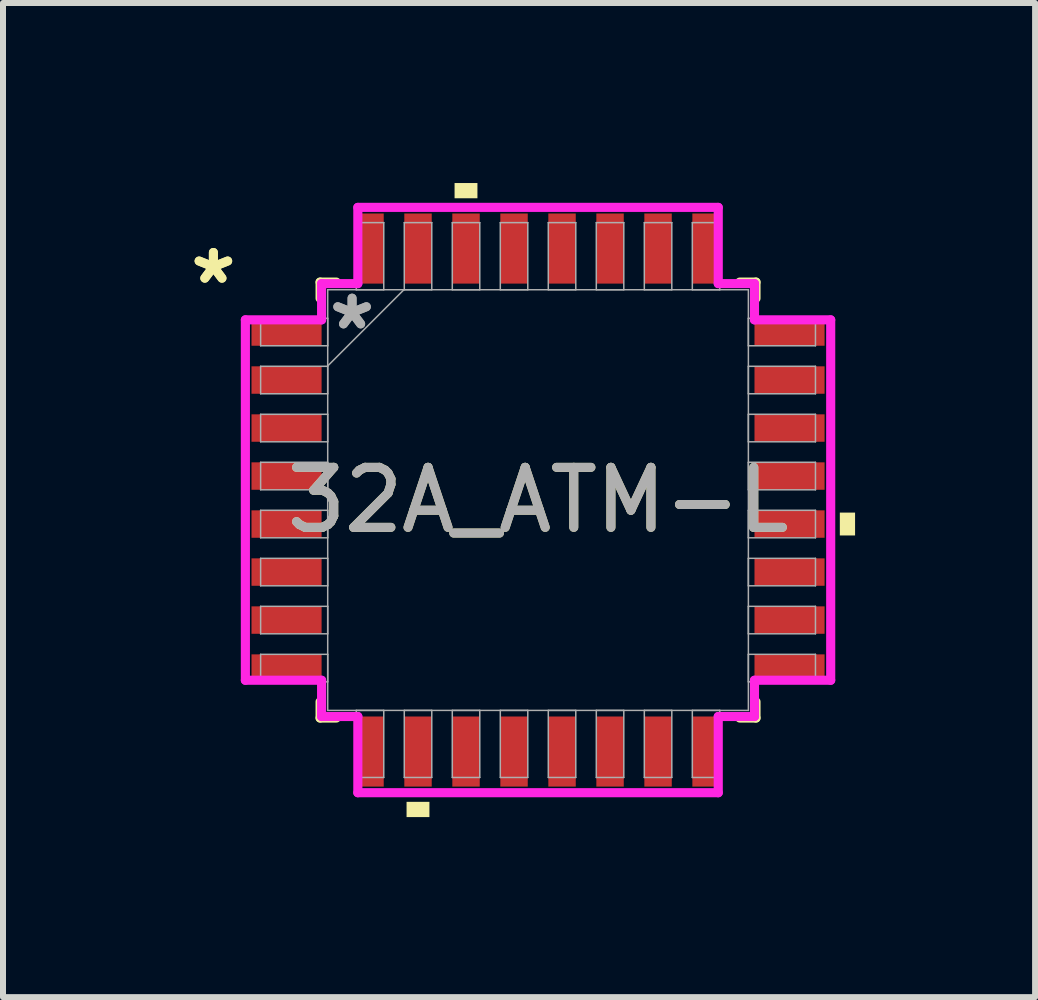
<source format=kicad_pcb>
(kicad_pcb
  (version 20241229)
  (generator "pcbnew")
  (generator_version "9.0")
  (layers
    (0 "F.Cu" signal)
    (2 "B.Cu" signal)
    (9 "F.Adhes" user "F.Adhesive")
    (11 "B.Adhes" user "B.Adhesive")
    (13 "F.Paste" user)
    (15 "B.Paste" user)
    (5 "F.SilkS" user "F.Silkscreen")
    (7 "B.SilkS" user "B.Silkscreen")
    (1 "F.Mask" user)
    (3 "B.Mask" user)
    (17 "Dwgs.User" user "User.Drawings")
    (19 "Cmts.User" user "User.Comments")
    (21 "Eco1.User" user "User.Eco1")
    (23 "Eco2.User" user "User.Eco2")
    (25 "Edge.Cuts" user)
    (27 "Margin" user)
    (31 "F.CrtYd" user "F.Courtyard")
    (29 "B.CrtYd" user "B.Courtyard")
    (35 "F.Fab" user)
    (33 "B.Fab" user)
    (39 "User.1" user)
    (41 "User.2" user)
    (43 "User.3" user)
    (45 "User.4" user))
  (footprint "32A_ATM-L"
    (layer "F.Cu")
    (at 5.916 5.283)
    (property "Reference" "32A_ATM-L" (at 0 0 0) (unlocked yes) (layer "F.SilkS") (effects (font (size 1 1) (thickness 0.15))))
    (attr smd)
    (fp_line (start -3.632 -3.632) (end -3.632 -3.361) (stroke (width 0.152) (type solid)) (layer "F.SilkS"))
    (fp_line (start -3.632 3.361) (end -3.632 3.632) (stroke (width 0.152) (type solid)) (layer "F.SilkS"))
    (fp_line (start -3.632 3.632) (end -3.361 3.632) (stroke (width 0.152) (type solid)) (layer "F.SilkS"))
    (fp_line (start -3.361 -3.632) (end -3.632 -3.632) (stroke (width 0.152) (type solid)) (layer "F.SilkS"))
    (fp_line (start 3.361 3.632) (end 3.632 3.632) (stroke (width 0.152) (type solid)) (layer "F.SilkS"))
    (fp_line (start 3.632 -3.632) (end 3.361 -3.632) (stroke (width 0.152) (type solid)) (layer "F.SilkS"))
    (fp_line (start 3.632 -3.361) (end 3.632 -3.632) (stroke (width 0.152) (type solid)) (layer "F.SilkS"))
    (fp_line (start 3.632 3.632) (end 3.632 3.361) (stroke (width 0.152) (type solid)) (layer "F.SilkS"))
    (fp_poly (pts (xy -2.191 5.029) (xy -2.191 5.283) (xy -1.81 5.283) (xy -1.81 5.029)) (stroke (width 0) (type solid)) (fill yes) (layer "F.SilkS"))
    (fp_poly (pts (xy -1.391 -5.029) (xy -1.391 -5.283) (xy -1.01 -5.283) (xy -1.01 -5.029)) (stroke (width 0) (type solid)) (fill yes) (layer "F.SilkS"))
    (fp_poly (pts (xy 5.283 0.209) (xy 5.283 0.59) (xy 5.029 0.59) (xy 5.029 0.209)) (stroke (width 0) (type solid)) (fill yes) (layer "F.SilkS"))
    (fp_line (start -4.877 -3.003) (end -3.607 -3.003) (stroke (width 0.152) (type solid)) (layer "F.CrtYd"))
    (fp_line (start -4.877 3.003) (end -4.877 -3.003) (stroke (width 0.152) (type solid)) (layer "F.CrtYd"))
    (fp_line (start -4.877 3.003) (end -3.607 3.003) (stroke (width 0.152) (type solid)) (layer "F.CrtYd"))
    (fp_line (start -3.607 -3.607) (end -3.003 -3.607) (stroke (width 0.152) (type solid)) (layer "F.CrtYd"))
    (fp_line (start -3.607 -3.003) (end -3.607 -3.607) (stroke (width 0.152) (type solid)) (layer "F.CrtYd"))
    (fp_line (start -3.607 3.607) (end -3.607 3.003) (stroke (width 0.152) (type solid)) (layer "F.CrtYd"))
    (fp_line (start -3.003 -4.877) (end 3.003 -4.877) (stroke (width 0.152) (type solid)) (layer "F.CrtYd"))
    (fp_line (start -3.003 -3.607) (end -3.003 -4.877) (stroke (width 0.152) (type solid)) (layer "F.CrtYd"))
    (fp_line (start -3.003 3.607) (end -3.607 3.607) (stroke (width 0.152) (type solid)) (layer "F.CrtYd"))
    (fp_line (start -3.003 4.877) (end -3.003 3.607) (stroke (width 0.152) (type solid)) (layer "F.CrtYd"))
    (fp_line (start 3.003 -4.877) (end 3.003 -3.607) (stroke (width 0.152) (type solid)) (layer "F.CrtYd"))
    (fp_line (start 3.003 -3.607) (end 3.607 -3.607) (stroke (width 0.152) (type solid)) (layer "F.CrtYd"))
    (fp_line (start 3.003 3.607) (end 3.003 4.877) (stroke (width 0.152) (type solid)) (layer "F.CrtYd"))
    (fp_line (start 3.003 4.877) (end -3.003 4.877) (stroke (width 0.152) (type solid)) (layer "F.CrtYd"))
    (fp_line (start 3.607 -3.607) (end 3.607 -3.003) (stroke (width 0.152) (type solid)) (layer "F.CrtYd"))
    (fp_line (start 3.607 -3.003) (end 4.877 -3.003) (stroke (width 0.152) (type solid)) (layer "F.CrtYd"))
    (fp_line (start 3.607 3.003) (end 3.607 3.607) (stroke (width 0.152) (type solid)) (layer "F.CrtYd"))
    (fp_line (start 3.607 3.607) (end 3.003 3.607) (stroke (width 0.152) (type solid)) (layer "F.CrtYd"))
    (fp_line (start 4.877 -3.003) (end 4.877 3.003) (stroke (width 0.152) (type solid)) (layer "F.CrtYd"))
    (fp_line (start 4.877 3.003) (end 3.607 3.003) (stroke (width 0.152) (type solid)) (layer "F.CrtYd"))
    (fp_line (start -4.623 -3.029) (end -4.623 -2.571) (stroke (width 0.025) (type solid)) (layer "F.Fab"))
    (fp_line (start -4.623 -2.571) (end -3.505 -2.571) (stroke (width 0.025) (type solid)) (layer "F.Fab"))
    (fp_line (start -4.623 -2.229) (end -4.623 -1.771) (stroke (width 0.025) (type solid)) (layer "F.Fab"))
    (fp_line (start -4.623 -1.771) (end -3.505 -1.771) (stroke (width 0.025) (type solid)) (layer "F.Fab"))
    (fp_line (start -4.623 -1.429) (end -4.623 -0.971) (stroke (width 0.025) (type solid)) (layer "F.Fab"))
    (fp_line (start -4.623 -0.971) (end -3.505 -0.971) (stroke (width 0.025) (type solid)) (layer "F.Fab"))
    (fp_line (start -4.623 -0.629) (end -4.623 -0.171) (stroke (width 0.025) (type solid)) (layer "F.Fab"))
    (fp_line (start -4.623 -0.171) (end -3.505 -0.171) (stroke (width 0.025) (type solid)) (layer "F.Fab"))
    (fp_line (start -4.623 0.171) (end -4.623 0.629) (stroke (width 0.025) (type solid)) (layer "F.Fab"))
    (fp_line (start -4.623 0.629) (end -3.505 0.629) (stroke (width 0.025) (type solid)) (layer "F.Fab"))
    (fp_line (start -4.623 0.971) (end -4.623 1.429) (stroke (width 0.025) (type solid)) (layer "F.Fab"))
    (fp_line (start -4.623 1.429) (end -3.505 1.429) (stroke (width 0.025) (type solid)) (layer "F.Fab"))
    (fp_line (start -4.623 1.771) (end -4.623 2.229) (stroke (width 0.025) (type solid)) (layer "F.Fab"))
    (fp_line (start -4.623 2.229) (end -3.505 2.229) (stroke (width 0.025) (type solid)) (layer "F.Fab"))
    (fp_line (start -4.623 2.571) (end -4.623 3.029) (stroke (width 0.025) (type solid)) (layer "F.Fab"))
    (fp_line (start -4.623 3.029) (end -3.505 3.029) (stroke (width 0.025) (type solid)) (layer "F.Fab"))
    (fp_line (start -3.505 -3.505) (end -3.505 3.505) (stroke (width 0.025) (type solid)) (layer "F.Fab"))
    (fp_line (start -3.505 -3.029) (end -4.623 -3.029) (stroke (width 0.025) (type solid)) (layer "F.Fab"))
    (fp_line (start -3.505 -2.571) (end -3.505 -3.029) (stroke (width 0.025) (type solid)) (layer "F.Fab"))
    (fp_line (start -3.505 -2.235) (end -2.235 -3.505) (stroke (width 0.025) (type solid)) (layer "F.Fab"))
    (fp_line (start -3.505 -2.229) (end -4.623 -2.229) (stroke (width 0.025) (type solid)) (layer "F.Fab"))
    (fp_line (start -3.505 -1.771) (end -3.505 -2.229) (stroke (width 0.025) (type solid)) (layer "F.Fab"))
    (fp_line (start -3.505 -1.429) (end -4.623 -1.429) (stroke (width 0.025) (type solid)) (layer "F.Fab"))
    (fp_line (start -3.505 -0.971) (end -3.505 -1.429) (stroke (width 0.025) (type solid)) (layer "F.Fab"))
    (fp_line (start -3.505 -0.629) (end -4.623 -0.629) (stroke (width 0.025) (type solid)) (layer "F.Fab"))
    (fp_line (start -3.505 -0.171) (end -3.505 -0.629) (stroke (width 0.025) (type solid)) (layer "F.Fab"))
    (fp_line (start -3.505 0.171) (end -4.623 0.171) (stroke (width 0.025) (type solid)) (layer "F.Fab"))
    (fp_line (start -3.505 0.629) (end -3.505 0.171) (stroke (width 0.025) (type solid)) (layer "F.Fab"))
    (fp_line (start -3.505 0.971) (end -4.623 0.971) (stroke (width 0.025) (type solid)) (layer "F.Fab"))
    (fp_line (start -3.505 1.429) (end -3.505 0.971) (stroke (width 0.025) (type solid)) (layer "F.Fab"))
    (fp_line (start -3.505 1.771) (end -4.623 1.771) (stroke (width 0.025) (type solid)) (layer "F.Fab"))
    (fp_line (start -3.505 2.229) (end -3.505 1.771) (stroke (width 0.025) (type solid)) (layer "F.Fab"))
    (fp_line (start -3.505 2.571) (end -4.623 2.571) (stroke (width 0.025) (type solid)) (layer "F.Fab"))
    (fp_line (start -3.505 3.029) (end -3.505 2.571) (stroke (width 0.025) (type solid)) (layer "F.Fab"))
    (fp_line (start -3.505 3.505) (end 3.505 3.505) (stroke (width 0.025) (type solid)) (layer "F.Fab"))
    (fp_line (start -3.029 -4.623) (end -3.029 -3.505) (stroke (width 0.025) (type solid)) (layer "F.Fab"))
    (fp_line (start -3.029 -3.505) (end -2.571 -3.505) (stroke (width 0.025) (type solid)) (layer "F.Fab"))
    (fp_line (start -3.029 3.505) (end -3.029 4.623) (stroke (width 0.025) (type solid)) (layer "F.Fab"))
    (fp_line (start -3.029 4.623) (end -2.571 4.623) (stroke (width 0.025) (type solid)) (layer "F.Fab"))
    (fp_line (start -2.571 -4.623) (end -3.029 -4.623) (stroke (width 0.025) (type solid)) (layer "F.Fab"))
    (fp_line (start -2.571 -3.505) (end -2.571 -4.623) (stroke (width 0.025) (type solid)) (layer "F.Fab"))
    (fp_line (start -2.571 3.505) (end -3.029 3.505) (stroke (width 0.025) (type solid)) (layer "F.Fab"))
    (fp_line (start -2.571 4.623) (end -2.571 3.505) (stroke (width 0.025) (type solid)) (layer "F.Fab"))
    (fp_line (start -2.229 -4.623) (end -2.229 -3.505) (stroke (width 0.025) (type solid)) (layer "F.Fab"))
    (fp_line (start -2.229 -3.505) (end -1.771 -3.505) (stroke (width 0.025) (type solid)) (layer "F.Fab"))
    (fp_line (start -2.229 3.505) (end -2.229 4.623) (stroke (width 0.025) (type solid)) (layer "F.Fab"))
    (fp_line (start -2.229 4.623) (end -1.771 4.623) (stroke (width 0.025) (type solid)) (layer "F.Fab"))
    (fp_line (start -1.771 -4.623) (end -2.229 -4.623) (stroke (width 0.025) (type solid)) (layer "F.Fab"))
    (fp_line (start -1.771 -3.505) (end -1.771 -4.623) (stroke (width 0.025) (type solid)) (layer "F.Fab"))
    (fp_line (start -1.771 3.505) (end -2.229 3.505) (stroke (width 0.025) (type solid)) (layer "F.Fab"))
    (fp_line (start -1.771 4.623) (end -1.771 3.505) (stroke (width 0.025) (type solid)) (layer "F.Fab"))
    (fp_line (start -1.429 -4.623) (end -1.429 -3.505) (stroke (width 0.025) (type solid)) (layer "F.Fab"))
    (fp_line (start -1.429 -3.505) (end -0.971 -3.505) (stroke (width 0.025) (type solid)) (layer "F.Fab"))
    (fp_line (start -1.429 3.505) (end -1.429 4.623) (stroke (width 0.025) (type solid)) (layer "F.Fab"))
    (fp_line (start -1.429 4.623) (end -0.971 4.623) (stroke (width 0.025) (type solid)) (layer "F.Fab"))
    (fp_line (start -0.971 -4.623) (end -1.429 -4.623) (stroke (width 0.025) (type solid)) (layer "F.Fab"))
    (fp_line (start -0.971 -3.505) (end -0.971 -4.623) (stroke (width 0.025) (type solid)) (layer "F.Fab"))
    (fp_line (start -0.971 3.505) (end -1.429 3.505) (stroke (width 0.025) (type solid)) (layer "F.Fab"))
    (fp_line (start -0.971 4.623) (end -0.971 3.505) (stroke (width 0.025) (type solid)) (layer "F.Fab"))
    (fp_line (start -0.629 -4.623) (end -0.629 -3.505) (stroke (width 0.025) (type solid)) (layer "F.Fab"))
    (fp_line (start -0.629 -3.505) (end -0.171 -3.505) (stroke (width 0.025) (type solid)) (layer "F.Fab"))
    (fp_line (start -0.629 3.505) (end -0.629 4.623) (stroke (width 0.025) (type solid)) (layer "F.Fab"))
    (fp_line (start -0.629 4.623) (end -0.171 4.623) (stroke (width 0.025) (type solid)) (layer "F.Fab"))
    (fp_line (start -0.171 -4.623) (end -0.629 -4.623) (stroke (width 0.025) (type solid)) (layer "F.Fab"))
    (fp_line (start -0.171 -3.505) (end -0.171 -4.623) (stroke (width 0.025) (type solid)) (layer "F.Fab"))
    (fp_line (start -0.171 3.505) (end -0.629 3.505) (stroke (width 0.025) (type solid)) (layer "F.Fab"))
    (fp_line (start -0.171 4.623) (end -0.171 3.505) (stroke (width 0.025) (type solid)) (layer "F.Fab"))
    (fp_line (start 0.171 -4.623) (end 0.171 -3.505) (stroke (width 0.025) (type solid)) (layer "F.Fab"))
    (fp_line (start 0.171 -3.505) (end 0.629 -3.505) (stroke (width 0.025) (type solid)) (layer "F.Fab"))
    (fp_line (start 0.171 3.505) (end 0.171 4.623) (stroke (width 0.025) (type solid)) (layer "F.Fab"))
    (fp_line (start 0.171 4.623) (end 0.629 4.623) (stroke (width 0.025) (type solid)) (layer "F.Fab"))
    (fp_line (start 0.629 -4.623) (end 0.171 -4.623) (stroke (width 0.025) (type solid)) (layer "F.Fab"))
    (fp_line (start 0.629 -3.505) (end 0.629 -4.623) (stroke (width 0.025) (type solid)) (layer "F.Fab"))
    (fp_line (start 0.629 3.505) (end 0.171 3.505) (stroke (width 0.025) (type solid)) (layer "F.Fab"))
    (fp_line (start 0.629 4.623) (end 0.629 3.505) (stroke (width 0.025) (type solid)) (layer "F.Fab"))
    (fp_line (start 0.971 -4.623) (end 0.971 -3.505) (stroke (width 0.025) (type solid)) (layer "F.Fab"))
    (fp_line (start 0.971 -3.505) (end 1.429 -3.505) (stroke (width 0.025) (type solid)) (layer "F.Fab"))
    (fp_line (start 0.971 3.505) (end 0.971 4.623) (stroke (width 0.025) (type solid)) (layer "F.Fab"))
    (fp_line (start 0.971 4.623) (end 1.429 4.623) (stroke (width 0.025) (type solid)) (layer "F.Fab"))
    (fp_line (start 1.429 -4.623) (end 0.971 -4.623) (stroke (width 0.025) (type solid)) (layer "F.Fab"))
    (fp_line (start 1.429 -3.505) (end 1.429 -4.623) (stroke (width 0.025) (type solid)) (layer "F.Fab"))
    (fp_line (start 1.429 3.505) (end 0.971 3.505) (stroke (width 0.025) (type solid)) (layer "F.Fab"))
    (fp_line (start 1.429 4.623) (end 1.429 3.505) (stroke (width 0.025) (type solid)) (layer "F.Fab"))
    (fp_line (start 1.771 -4.623) (end 1.771 -3.505) (stroke (width 0.025) (type solid)) (layer "F.Fab"))
    (fp_line (start 1.771 -3.505) (end 2.229 -3.505) (stroke (width 0.025) (type solid)) (layer "F.Fab"))
    (fp_line (start 1.771 3.505) (end 1.771 4.623) (stroke (width 0.025) (type solid)) (layer "F.Fab"))
    (fp_line (start 1.771 4.623) (end 2.229 4.623) (stroke (width 0.025) (type solid)) (layer "F.Fab"))
    (fp_line (start 2.229 -4.623) (end 1.771 -4.623) (stroke (width 0.025) (type solid)) (layer "F.Fab"))
    (fp_line (start 2.229 -3.505) (end 2.229 -4.623) (stroke (width 0.025) (type solid)) (layer "F.Fab"))
    (fp_line (start 2.229 3.505) (end 1.771 3.505) (stroke (width 0.025) (type solid)) (layer "F.Fab"))
    (fp_line (start 2.229 4.623) (end 2.229 3.505) (stroke (width 0.025) (type solid)) (layer "F.Fab"))
    (fp_line (start 2.571 -4.623) (end 2.571 -3.505) (stroke (width 0.025) (type solid)) (layer "F.Fab"))
    (fp_line (start 2.571 -3.505) (end 3.029 -3.505) (stroke (width 0.025) (type solid)) (layer "F.Fab"))
    (fp_line (start 2.571 3.505) (end 2.571 4.623) (stroke (width 0.025) (type solid)) (layer "F.Fab"))
    (fp_line (start 2.571 4.623) (end 3.029 4.623) (stroke (width 0.025) (type solid)) (layer "F.Fab"))
    (fp_line (start 3.029 -4.623) (end 2.571 -4.623) (stroke (width 0.025) (type solid)) (layer "F.Fab"))
    (fp_line (start 3.029 -3.505) (end 3.029 -4.623) (stroke (width 0.025) (type solid)) (layer "F.Fab"))
    (fp_line (start 3.029 3.505) (end 2.571 3.505) (stroke (width 0.025) (type solid)) (layer "F.Fab"))
    (fp_line (start 3.029 4.623) (end 3.029 3.505) (stroke (width 0.025) (type solid)) (layer "F.Fab"))
    (fp_line (start 3.505 -3.505) (end -3.505 -3.505) (stroke (width 0.025) (type solid)) (layer "F.Fab"))
    (fp_line (start 3.505 -3.029) (end 3.505 -2.571) (stroke (width 0.025) (type solid)) (layer "F.Fab"))
    (fp_line (start 3.505 -2.571) (end 4.623 -2.571) (stroke (width 0.025) (type solid)) (layer "F.Fab"))
    (fp_line (start 3.505 -2.229) (end 3.505 -1.771) (stroke (width 0.025) (type solid)) (layer "F.Fab"))
    (fp_line (start 3.505 -1.771) (end 4.623 -1.771) (stroke (width 0.025) (type solid)) (layer "F.Fab"))
    (fp_line (start 3.505 -1.429) (end 3.505 -0.971) (stroke (width 0.025) (type solid)) (layer "F.Fab"))
    (fp_line (start 3.505 -0.971) (end 4.623 -0.971) (stroke (width 0.025) (type solid)) (layer "F.Fab"))
    (fp_line (start 3.505 -0.629) (end 3.505 -0.171) (stroke (width 0.025) (type solid)) (layer "F.Fab"))
    (fp_line (start 3.505 -0.171) (end 4.623 -0.171) (stroke (width 0.025) (type solid)) (layer "F.Fab"))
    (fp_line (start 3.505 0.171) (end 3.505 0.629) (stroke (width 0.025) (type solid)) (layer "F.Fab"))
    (fp_line (start 3.505 0.629) (end 4.623 0.629) (stroke (width 0.025) (type solid)) (layer "F.Fab"))
    (fp_line (start 3.505 0.971) (end 3.505 1.429) (stroke (width 0.025) (type solid)) (layer "F.Fab"))
    (fp_line (start 3.505 1.429) (end 4.623 1.429) (stroke (width 0.025) (type solid)) (layer "F.Fab"))
    (fp_line (start 3.505 1.771) (end 3.505 2.229) (stroke (width 0.025) (type solid)) (layer "F.Fab"))
    (fp_line (start 3.505 2.229) (end 4.623 2.229) (stroke (width 0.025) (type solid)) (layer "F.Fab"))
    (fp_line (start 3.505 2.571) (end 3.505 3.029) (stroke (width 0.025) (type solid)) (layer "F.Fab"))
    (fp_line (start 3.505 3.029) (end 4.623 3.029) (stroke (width 0.025) (type solid)) (layer "F.Fab"))
    (fp_line (start 3.505 3.505) (end 3.505 -3.505) (stroke (width 0.025) (type solid)) (layer "F.Fab"))
    (fp_line (start 4.623 -3.029) (end 3.505 -3.029) (stroke (width 0.025) (type solid)) (layer "F.Fab"))
    (fp_line (start 4.623 -2.571) (end 4.623 -3.029) (stroke (width 0.025) (type solid)) (layer "F.Fab"))
    (fp_line (start 4.623 -2.229) (end 3.505 -2.229) (stroke (width 0.025) (type solid)) (layer "F.Fab"))
    (fp_line (start 4.623 -1.771) (end 4.623 -2.229) (stroke (width 0.025) (type solid)) (layer "F.Fab"))
    (fp_line (start 4.623 -1.429) (end 3.505 -1.429) (stroke (width 0.025) (type solid)) (layer "F.Fab"))
    (fp_line (start 4.623 -0.971) (end 4.623 -1.429) (stroke (width 0.025) (type solid)) (layer "F.Fab"))
    (fp_line (start 4.623 -0.629) (end 3.505 -0.629) (stroke (width 0.025) (type solid)) (layer "F.Fab"))
    (fp_line (start 4.623 -0.171) (end 4.623 -0.629) (stroke (width 0.025) (type solid)) (layer "F.Fab"))
    (fp_line (start 4.623 0.171) (end 3.505 0.171) (stroke (width 0.025) (type solid)) (layer "F.Fab"))
    (fp_line (start 4.623 0.629) (end 4.623 0.171) (stroke (width 0.025) (type solid)) (layer "F.Fab"))
    (fp_line (start 4.623 0.971) (end 3.505 0.971) (stroke (width 0.025) (type solid)) (layer "F.Fab"))
    (fp_line (start 4.623 1.429) (end 4.623 0.971) (stroke (width 0.025) (type solid)) (layer "F.Fab"))
    (fp_line (start 4.623 1.771) (end 3.505 1.771) (stroke (width 0.025) (type solid)) (layer "F.Fab"))
    (fp_line (start 4.623 2.229) (end 4.623 1.771) (stroke (width 0.025) (type solid)) (layer "F.Fab"))
    (fp_line (start 4.623 2.571) (end 3.505 2.571) (stroke (width 0.025) (type solid)) (layer "F.Fab"))
    (fp_line (start 4.623 3.029) (end 4.623 2.571) (stroke (width 0.025) (type solid)) (layer "F.Fab"))
    (fp_text user "*" (at -5.41 -3.581 0) (unlocked yes) (layer "F.SilkS") (effects (font (size 1 1) (thickness 0.15))))
    (fp_text user "*" (at -5.41 -3.581 0) (layer "F.SilkS") (effects (font (size 1 1) (thickness 0.15))))
    (fp_text user "*" (at -3.099 -2.819 0) (layer "F.Fab") (effects (font (size 1 1) (thickness 0.15))))
    (fp_text user "*" (at -3.099 -2.819 0) (unlocked yes) (layer "F.Fab") (effects (font (size 1 1) (thickness 0.15))))
    (fp_text user "${REFERENCE}" (at 0 0 0) (unlocked yes) (layer "F.Fab") (effects (font (size 1 1) (thickness 0.15))))
    (pad "1" smd rect (at -4.191 -2.8 90) (size 0.457 1.168) (layers "F.Cu" "F.Mask" "F.Paste"))
    (pad "2" smd rect (at -4.191 -2 90) (size 0.457 1.168) (layers "F.Cu" "F.Mask" "F.Paste"))
    (pad "3" smd rect (at -4.191 -1.2 90) (size 0.457 1.168) (layers "F.Cu" "F.Mask" "F.Paste"))
    (pad "4" smd rect (at -4.191 -0.4 90) (size 0.457 1.168) (layers "F.Cu" "F.Mask" "F.Paste"))
    (pad "5" smd rect (at -4.191 0.4 90) (size 0.457 1.168) (layers "F.Cu" "F.Mask" "F.Paste"))
    (pad "6" smd rect (at -4.191 1.2 90) (size 0.457 1.168) (layers "F.Cu" "F.Mask" "F.Paste"))
    (pad "7" smd rect (at -4.191 2 90) (size 0.457 1.168) (layers "F.Cu" "F.Mask" "F.Paste"))
    (pad "8" smd rect (at -4.191 2.8 90) (size 0.457 1.168) (layers "F.Cu" "F.Mask" "F.Paste"))
    (pad "9" smd rect (at -2.8 4.191) (size 0.457 1.168) (layers "F.Cu" "F.Mask" "F.Paste"))
    (pad "10" smd rect (at -2 4.191) (size 0.457 1.168) (layers "F.Cu" "F.Mask" "F.Paste"))
    (pad "11" smd rect (at -1.2 4.191) (size 0.457 1.168) (layers "F.Cu" "F.Mask" "F.Paste"))
    (pad "12" smd rect (at -0.4 4.191) (size 0.457 1.168) (layers "F.Cu" "F.Mask" "F.Paste"))
    (pad "13" smd rect (at 0.4 4.191) (size 0.457 1.168) (layers "F.Cu" "F.Mask" "F.Paste"))
    (pad "14" smd rect (at 1.2 4.191) (size 0.457 1.168) (layers "F.Cu" "F.Mask" "F.Paste"))
    (pad "15" smd rect (at 2 4.191) (size 0.457 1.168) (layers "F.Cu" "F.Mask" "F.Paste"))
    (pad "16" smd rect (at 2.8 4.191) (size 0.457 1.168) (layers "F.Cu" "F.Mask" "F.Paste"))
    (pad "17" smd rect (at 4.191 2.8 90) (size 0.457 1.168) (layers "F.Cu" "F.Mask" "F.Paste"))
    (pad "18" smd rect (at 4.191 2 90) (size 0.457 1.168) (layers "F.Cu" "F.Mask" "F.Paste"))
    (pad "19" smd rect (at 4.191 1.2 90) (size 0.457 1.168) (layers "F.Cu" "F.Mask" "F.Paste"))
    (pad "20" smd rect (at 4.191 0.4 90) (size 0.457 1.168) (layers "F.Cu" "F.Mask" "F.Paste"))
    (pad "21" smd rect (at 4.191 -0.4 90) (size 0.457 1.168) (layers "F.Cu" "F.Mask" "F.Paste"))
    (pad "22" smd rect (at 4.191 -1.2 90) (size 0.457 1.168) (layers "F.Cu" "F.Mask" "F.Paste"))
    (pad "23" smd rect (at 4.191 -2 90) (size 0.457 1.168) (layers "F.Cu" "F.Mask" "F.Paste"))
    (pad "24" smd rect (at 4.191 -2.8 90) (size 0.457 1.168) (layers "F.Cu" "F.Mask" "F.Paste"))
    (pad "25" smd rect (at 2.8 -4.191) (size 0.457 1.168) (layers "F.Cu" "F.Mask" "F.Paste"))
    (pad "26" smd rect (at 2 -4.191) (size 0.457 1.168) (layers "F.Cu" "F.Mask" "F.Paste"))
    (pad "27" smd rect (at 1.2 -4.191) (size 0.457 1.168) (layers "F.Cu" "F.Mask" "F.Paste"))
    (pad "28" smd rect (at 0.4 -4.191) (size 0.457 1.168) (layers "F.Cu" "F.Mask" "F.Paste"))
    (pad "29" smd rect (at -0.4 -4.191) (size 0.457 1.168) (layers "F.Cu" "F.Mask" "F.Paste"))
    (pad "30" smd rect (at -1.2 -4.191) (size 0.457 1.168) (layers "F.Cu" "F.Mask" "F.Paste"))
    (pad "31" smd rect (at -2 -4.191) (size 0.457 1.168) (layers "F.Cu" "F.Mask" "F.Paste"))
    (pad "32" smd rect (at -2.8 -4.191) (size 0.457 1.168) (layers "F.Cu" "F.Mask" "F.Paste")))
  (gr_rect
    (start -3 -3)
    (end 14.199 13.566)
    (stroke (width 0.1) (type default))
    (fill no)
    (layer "Edge.Cuts")))
</source>
